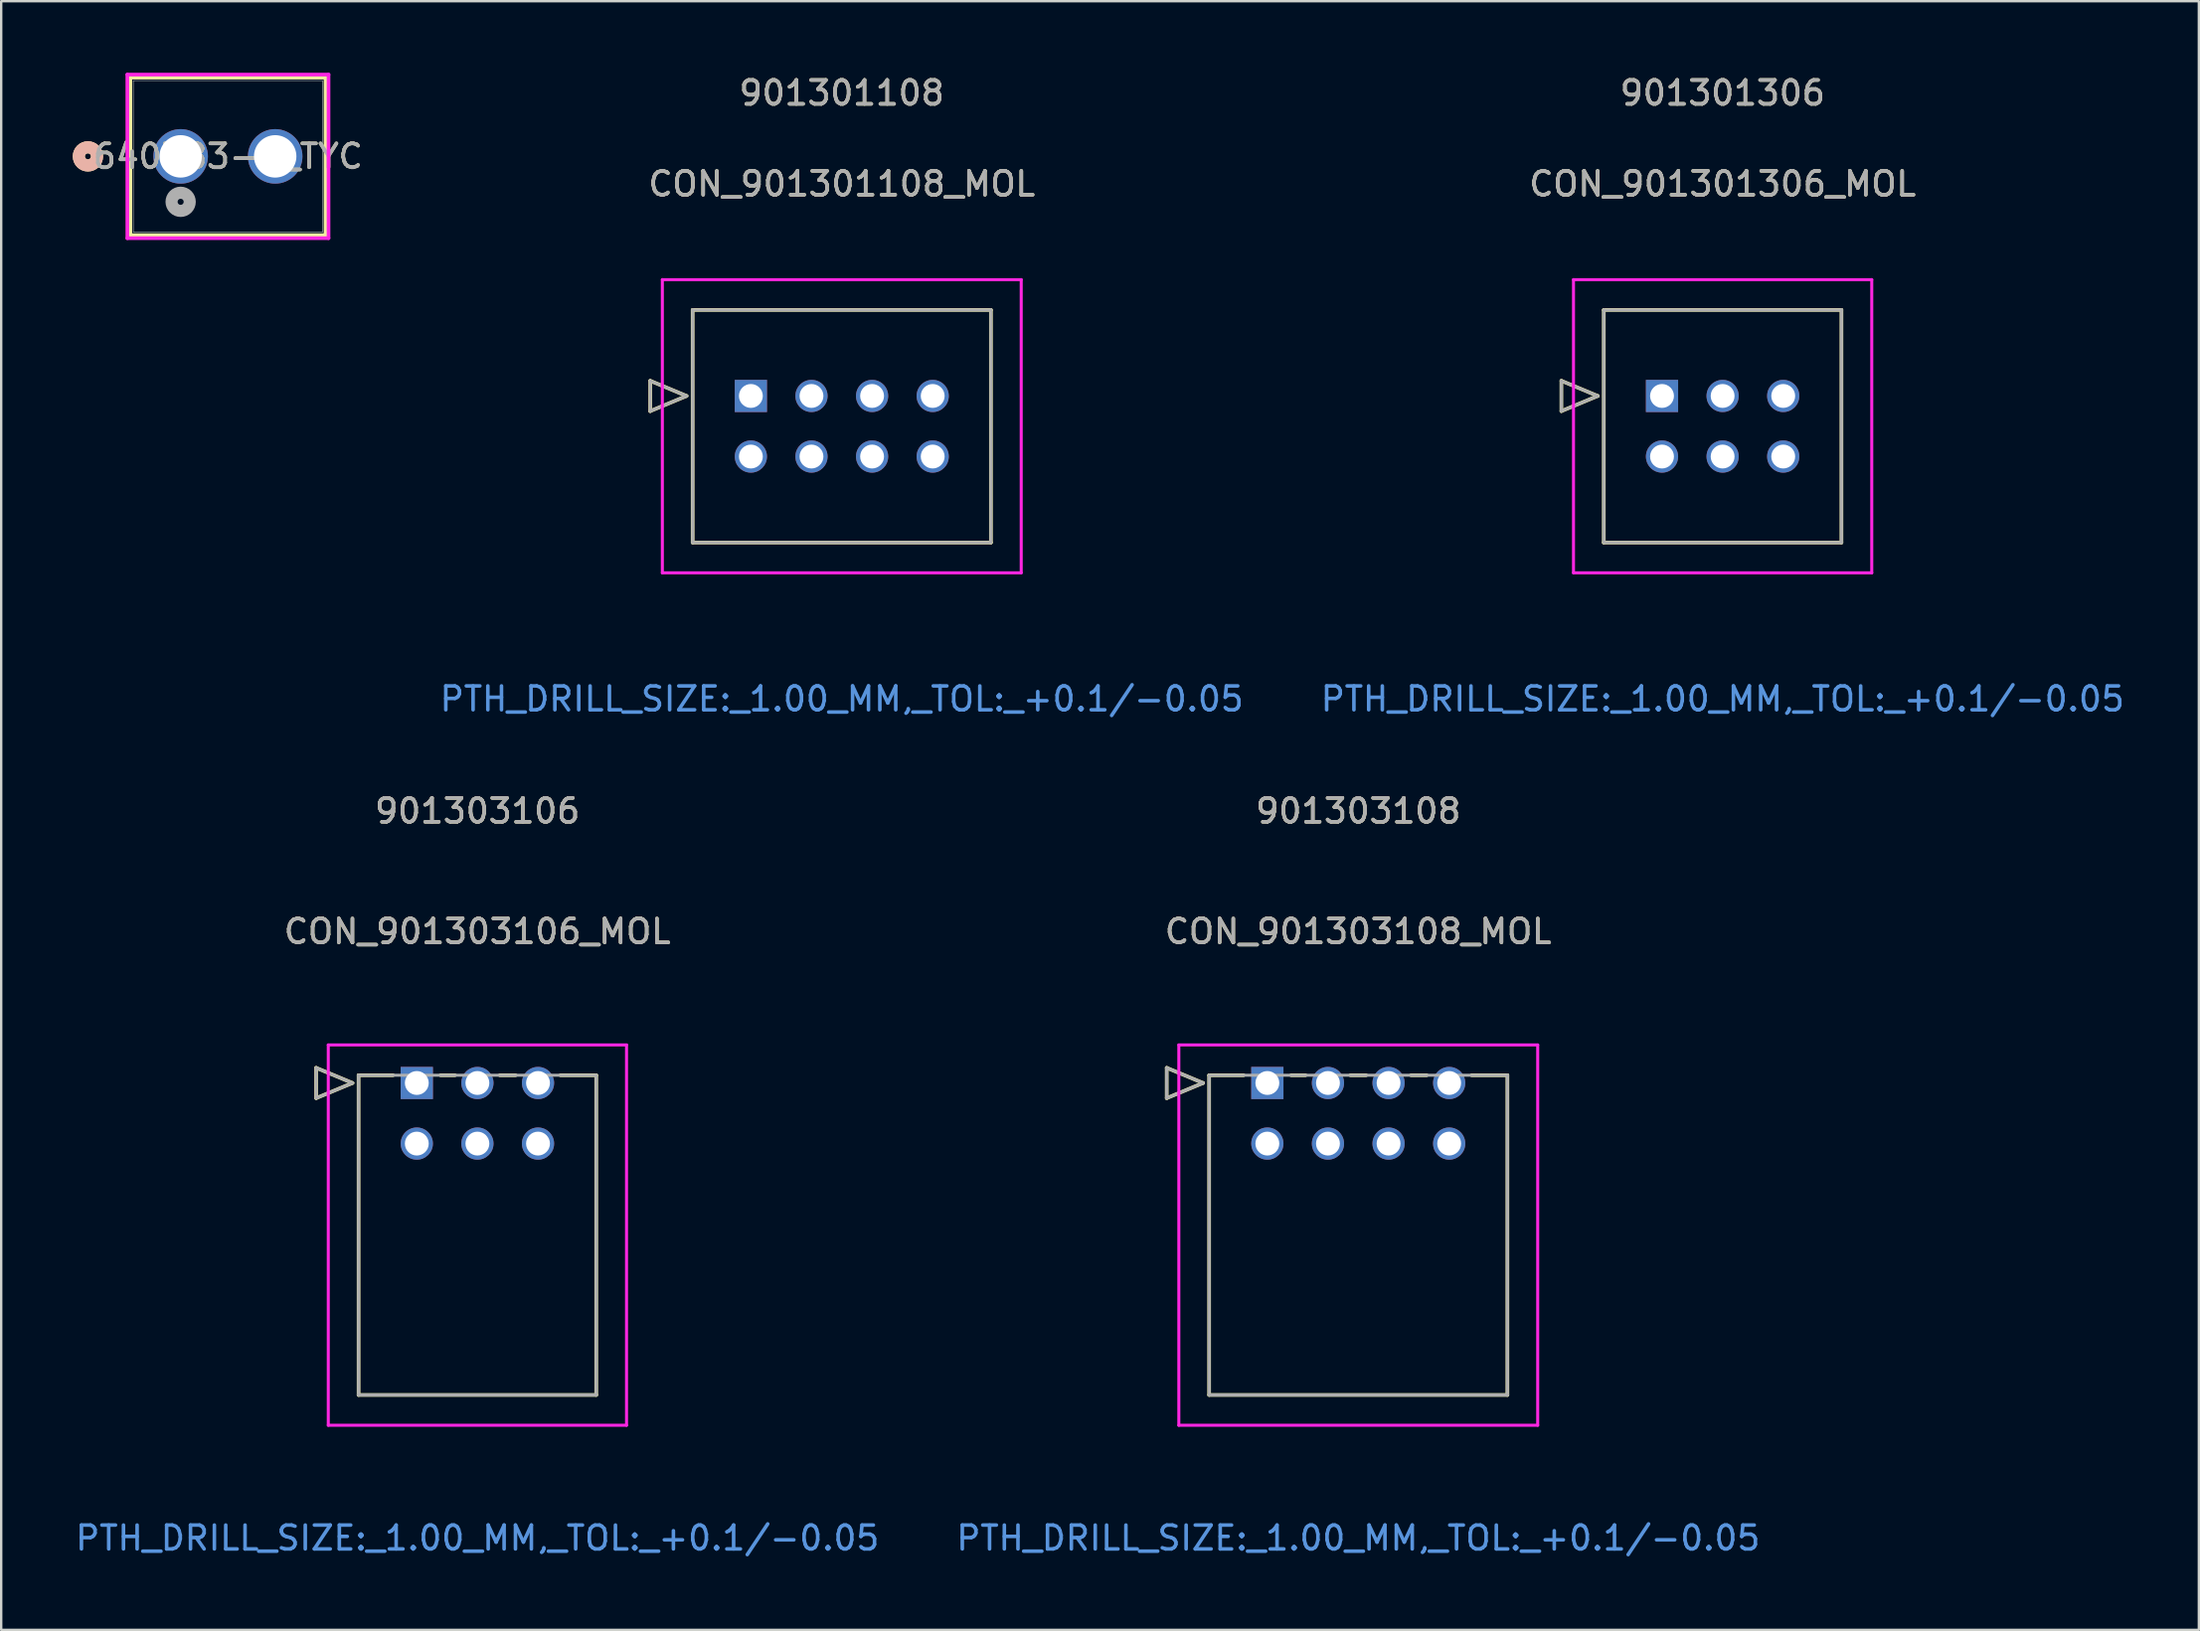
<source format=kicad_pcb>
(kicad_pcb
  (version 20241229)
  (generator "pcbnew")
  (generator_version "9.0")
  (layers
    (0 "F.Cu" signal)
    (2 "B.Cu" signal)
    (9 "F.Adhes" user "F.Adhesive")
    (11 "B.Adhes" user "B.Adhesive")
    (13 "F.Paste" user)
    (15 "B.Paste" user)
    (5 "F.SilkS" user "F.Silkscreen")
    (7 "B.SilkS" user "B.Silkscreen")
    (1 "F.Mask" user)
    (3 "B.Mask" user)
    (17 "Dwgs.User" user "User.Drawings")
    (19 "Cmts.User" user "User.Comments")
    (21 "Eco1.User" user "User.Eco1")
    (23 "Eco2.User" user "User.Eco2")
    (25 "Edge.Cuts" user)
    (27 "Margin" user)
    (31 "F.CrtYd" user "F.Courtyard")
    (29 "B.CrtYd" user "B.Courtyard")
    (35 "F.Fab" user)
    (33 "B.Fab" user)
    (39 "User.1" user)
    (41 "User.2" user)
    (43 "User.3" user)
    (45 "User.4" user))
  (footprint "CON_901301108_MOL"
    (layer "F.Cu")
    (at 28.419 13.548)
    (property "Reference" "CON_901301108_MOL" (at 3.81 -8.89 0) (unlocked yes) (layer "F.SilkS") (effects (font (size 1 1) (thickness 0.15))))
    (attr through_hole)
    (fp_line (start -4.218 -0.635) (end -4.218 0.635) (stroke (width 0.152) (type solid)) (layer "F.SilkS"))
    (fp_line (start -4.218 0.635) (end -2.694 0) (stroke (width 0.152) (type solid)) (layer "F.SilkS"))
    (fp_line (start -2.694 0) (end -4.218 -0.635) (stroke (width 0.152) (type solid)) (layer "F.SilkS"))
    (fp_line (start -2.44 -3.605) (end -2.44 6.145) (stroke (width 0.152) (type solid)) (layer "F.SilkS"))
    (fp_line (start -2.44 6.145) (end 10.06 6.145) (stroke (width 0.152) (type solid)) (layer "F.SilkS"))
    (fp_line (start 10.06 -3.605) (end -2.44 -3.605) (stroke (width 0.152) (type solid)) (layer "F.SilkS"))
    (fp_line (start 10.06 6.145) (end 10.06 -3.605) (stroke (width 0.152) (type solid)) (layer "F.SilkS"))
    (fp_line (start -3.71 -4.875) (end -3.71 7.415) (stroke (width 0.127) (type solid)) (layer "F.CrtYd"))
    (fp_line (start -3.71 7.415) (end 11.33 7.415) (stroke (width 0.127) (type solid)) (layer "F.CrtYd"))
    (fp_line (start 11.33 -4.875) (end -3.71 -4.875) (stroke (width 0.127) (type solid)) (layer "F.CrtYd"))
    (fp_line (start 11.33 7.415) (end 11.33 -4.875) (stroke (width 0.127) (type solid)) (layer "F.CrtYd"))
    (fp_line (start -4.218 -0.635) (end -4.218 0.635) (stroke (width 0.127) (type solid)) (layer "F.Fab"))
    (fp_line (start -4.218 0.635) (end -2.694 0) (stroke (width 0.127) (type solid)) (layer "F.Fab"))
    (fp_line (start -2.694 0) (end -4.218 -0.635) (stroke (width 0.127) (type solid)) (layer "F.Fab"))
    (fp_line (start -2.44 -3.605) (end -2.44 6.145) (stroke (width 0.127) (type solid)) (layer "F.Fab"))
    (fp_line (start -2.44 6.145) (end 10.06 6.145) (stroke (width 0.127) (type solid)) (layer "F.Fab"))
    (fp_line (start 10.06 -3.605) (end -2.44 -3.605) (stroke (width 0.127) (type solid)) (layer "F.Fab"))
    (fp_line (start 10.06 6.145) (end 10.06 -3.605) (stroke (width 0.127) (type solid)) (layer "F.Fab"))
    (fp_text user "901301108" (at 3.81 -12.7 0) (unlocked yes) (layer "F.SilkS") (effects (font (size 1 1) (thickness 0.15))))
    (fp_text user "PTH_DRILL_SIZE:_1.00_MM,_TOL:_+0.1/-0.05" (at 3.81 12.7 0) (unlocked yes) (layer "Cmts.User") (effects (font (size 1 1) (thickness 0.15))))
    (fp_text user "${REFERENCE}" (at 3.81 -8.89 0) (unlocked yes) (layer "F.Fab") (effects (font (size 1 1) (thickness 0.15))))
    (fp_text user "901301108" (at 3.81 -12.7 0) (unlocked yes) (layer "F.Fab") (effects (font (size 1 1) (thickness 0.15))))
    (pad "1" thru_hole rect (at 0 0) (size 1.35 1.35) (drill 1) (layers "*.Cu" "*.Mask"))
    (pad "2" thru_hole circle (at 0 2.54) (size 1.35 1.35) (drill 1) (layers "*.Cu" "*.Mask"))
    (pad "3" thru_hole circle (at 2.54 0 90) (size 1.35 1.35) (drill 1) (layers "*.Cu" "*.Mask"))
    (pad "4" thru_hole circle (at 2.54 2.54 90) (size 1.35 1.35) (drill 1) (layers "*.Cu" "*.Mask"))
    (pad "5" thru_hole circle (at 5.08 0 90) (size 1.35 1.35) (drill 1) (layers "*.Cu" "*.Mask"))
    (pad "6" thru_hole circle (at 5.08 2.54 90) (size 1.35 1.35) (drill 1) (layers "*.Cu" "*.Mask"))
    (pad "7" thru_hole circle (at 7.62 0 90) (size 1.35 1.35) (drill 1) (layers "*.Cu" "*.Mask"))
    (pad "8" thru_hole circle (at 7.62 2.54 90) (size 1.35 1.35) (drill 1) (layers "*.Cu" "*.Mask")))
  (footprint "CON_901303108_MOL"
    (layer "F.Cu")
    (at 50.065 42.348)
    (property "Reference" "CON_901303108_MOL" (at 3.81 -6.35 0) (unlocked yes) (layer "F.SilkS") (effects (font (size 1 1) (thickness 0.15))))
    (attr through_hole)
    (fp_line (start -4.218 -0.635) (end -4.218 0.635) (stroke (width 0.152) (type solid)) (layer "F.SilkS"))
    (fp_line (start -4.218 0.635) (end -2.694 0) (stroke (width 0.152) (type solid)) (layer "F.SilkS"))
    (fp_line (start -2.694 0) (end -4.218 -0.635) (stroke (width 0.152) (type solid)) (layer "F.SilkS"))
    (fp_line (start -2.44 -0.325) (end -2.44 13.078) (stroke (width 0.152) (type solid)) (layer "F.SilkS"))
    (fp_line (start -2.44 13.078) (end 10.06 13.078) (stroke (width 0.152) (type solid)) (layer "F.SilkS"))
    (fp_line (start -0.995 -0.325) (end -2.44 -0.325) (stroke (width 0.152) (type solid)) (layer "F.SilkS"))
    (fp_line (start 1.6 -0.325) (end 0.995 -0.325) (stroke (width 0.152) (type solid)) (layer "F.SilkS"))
    (fp_line (start 4.14 -0.325) (end 3.48 -0.325) (stroke (width 0.152) (type solid)) (layer "F.SilkS"))
    (fp_line (start 6.68 -0.325) (end 6.02 -0.325) (stroke (width 0.152) (type solid)) (layer "F.SilkS"))
    (fp_line (start 10.06 -0.325) (end 8.56 -0.325) (stroke (width 0.152) (type solid)) (layer "F.SilkS"))
    (fp_line (start 10.06 13.078) (end 10.06 -0.325) (stroke (width 0.152) (type solid)) (layer "F.SilkS"))
    (fp_line (start -3.71 -1.595) (end -3.71 14.348) (stroke (width 0.127) (type solid)) (layer "F.CrtYd"))
    (fp_line (start -3.71 14.348) (end 11.33 14.348) (stroke (width 0.127) (type solid)) (layer "F.CrtYd"))
    (fp_line (start 11.33 -1.595) (end -3.71 -1.595) (stroke (width 0.127) (type solid)) (layer "F.CrtYd"))
    (fp_line (start 11.33 14.348) (end 11.33 -1.595) (stroke (width 0.127) (type solid)) (layer "F.CrtYd"))
    (fp_line (start -4.218 -0.635) (end -4.218 0.635) (stroke (width 0.127) (type solid)) (layer "F.Fab"))
    (fp_line (start -4.218 0.635) (end -2.694 0) (stroke (width 0.127) (type solid)) (layer "F.Fab"))
    (fp_line (start -2.694 0) (end -4.218 -0.635) (stroke (width 0.127) (type solid)) (layer "F.Fab"))
    (fp_line (start -2.44 -0.325) (end -2.44 13.078) (stroke (width 0.127) (type solid)) (layer "F.Fab"))
    (fp_line (start -2.44 13.078) (end 10.06 13.078) (stroke (width 0.127) (type solid)) (layer "F.Fab"))
    (fp_line (start 10.06 -0.325) (end -2.44 -0.325) (stroke (width 0.127) (type solid)) (layer "F.Fab"))
    (fp_line (start 10.06 13.078) (end 10.06 -0.325) (stroke (width 0.127) (type solid)) (layer "F.Fab"))
    (fp_text user "901303108" (at 3.81 -11.403 0) (unlocked yes) (layer "F.SilkS") (effects (font (size 1 1) (thickness 0.15))))
    (fp_text user "PTH_DRILL_SIZE:_1.00_MM,_TOL:_+0.1/-0.05" (at 3.81 19.076 0) (unlocked yes) (layer "Cmts.User") (effects (font (size 1 1) (thickness 0.15))))
    (fp_text user "${REFERENCE}" (at 3.81 -6.35 0) (unlocked yes) (layer "F.Fab") (effects (font (size 1 1) (thickness 0.15))))
    (fp_text user "901303108" (at 3.81 -11.403 0) (unlocked yes) (layer "F.Fab") (effects (font (size 1 1) (thickness 0.15))))
    (pad "1" thru_hole rect (at 0 0) (size 1.35 1.35) (drill 1) (layers "*.Cu" "*.Mask"))
    (pad "2" thru_hole circle (at 0 2.54) (size 1.35 1.35) (drill 1) (layers "*.Cu" "*.Mask"))
    (pad "3" thru_hole circle (at 2.54 0 90) (size 1.35 1.35) (drill 1) (layers "*.Cu" "*.Mask"))
    (pad "4" thru_hole circle (at 2.54 2.54 90) (size 1.35 1.35) (drill 1) (layers "*.Cu" "*.Mask"))
    (pad "5" thru_hole circle (at 5.08 0 90) (size 1.35 1.35) (drill 1) (layers "*.Cu" "*.Mask"))
    (pad "6" thru_hole circle (at 5.08 2.54 90) (size 1.35 1.35) (drill 1) (layers "*.Cu" "*.Mask"))
    (pad "7" thru_hole circle (at 7.62 0 90) (size 1.35 1.35) (drill 1) (layers "*.Cu" "*.Mask"))
    (pad "8" thru_hole circle (at 7.62 2.54 90) (size 1.35 1.35) (drill 1) (layers "*.Cu" "*.Mask")))
  (footprint "CON_901301306_MOL"
    (layer "F.Cu")
    (at 66.605 13.548)
    (property "Reference" "CON_901301306_MOL" (at 2.54 -8.89 0) (unlocked yes) (layer "F.SilkS") (effects (font (size 1 1) (thickness 0.15))))
    (attr through_hole)
    (fp_line (start -4.218 -0.635) (end -4.218 0.635) (stroke (width 0.152) (type solid)) (layer "F.SilkS"))
    (fp_line (start -4.218 0.635) (end -2.694 0) (stroke (width 0.152) (type solid)) (layer "F.SilkS"))
    (fp_line (start -2.694 0) (end -4.218 -0.635) (stroke (width 0.152) (type solid)) (layer "F.SilkS"))
    (fp_line (start -2.44 -3.605) (end -2.44 6.145) (stroke (width 0.152) (type solid)) (layer "F.SilkS"))
    (fp_line (start -2.44 6.145) (end 7.52 6.145) (stroke (width 0.152) (type solid)) (layer "F.SilkS"))
    (fp_line (start 7.52 -3.605) (end -2.44 -3.605) (stroke (width 0.152) (type solid)) (layer "F.SilkS"))
    (fp_line (start 7.52 6.145) (end 7.52 -3.605) (stroke (width 0.152) (type solid)) (layer "F.SilkS"))
    (fp_line (start -3.71 -4.875) (end -3.71 7.415) (stroke (width 0.127) (type solid)) (layer "F.CrtYd"))
    (fp_line (start -3.71 7.415) (end 8.79 7.415) (stroke (width 0.127) (type solid)) (layer "F.CrtYd"))
    (fp_line (start 8.79 -4.875) (end -3.71 -4.875) (stroke (width 0.127) (type solid)) (layer "F.CrtYd"))
    (fp_line (start 8.79 7.415) (end 8.79 -4.875) (stroke (width 0.127) (type solid)) (layer "F.CrtYd"))
    (fp_line (start -4.218 -0.635) (end -4.218 0.635) (stroke (width 0.127) (type solid)) (layer "F.Fab"))
    (fp_line (start -4.218 0.635) (end -2.694 0) (stroke (width 0.127) (type solid)) (layer "F.Fab"))
    (fp_line (start -2.694 0) (end -4.218 -0.635) (stroke (width 0.127) (type solid)) (layer "F.Fab"))
    (fp_line (start -2.44 -3.605) (end -2.44 6.145) (stroke (width 0.127) (type solid)) (layer "F.Fab"))
    (fp_line (start -2.44 6.145) (end 7.52 6.145) (stroke (width 0.127) (type solid)) (layer "F.Fab"))
    (fp_line (start 7.52 -3.605) (end -2.44 -3.605) (stroke (width 0.127) (type solid)) (layer "F.Fab"))
    (fp_line (start 7.52 6.145) (end 7.52 -3.605) (stroke (width 0.127) (type solid)) (layer "F.Fab"))
    (fp_text user "901301306" (at 2.54 -12.7 0) (unlocked yes) (layer "F.SilkS") (effects (font (size 1 1) (thickness 0.15))))
    (fp_text user "PTH_DRILL_SIZE:_1.00_MM,_TOL:_+0.1/-0.05" (at 2.54 12.7 0) (unlocked yes) (layer "Cmts.User") (effects (font (size 1 1) (thickness 0.15))))
    (fp_text user "901301306" (at 2.54 -12.7 0) (unlocked yes) (layer "F.Fab") (effects (font (size 1 1) (thickness 0.15))))
    (fp_text user "${REFERENCE}" (at 2.54 -8.89 0) (unlocked yes) (layer "F.Fab") (effects (font (size 1 1) (thickness 0.15))))
    (pad "1" thru_hole rect (at 0 0) (size 1.35 1.35) (drill 1) (layers "*.Cu" "*.Mask"))
    (pad "2" thru_hole circle (at 0 2.54) (size 1.35 1.35) (drill 1) (layers "*.Cu" "*.Mask"))
    (pad "3" thru_hole circle (at 2.54 0 90) (size 1.35 1.35) (drill 1) (layers "*.Cu" "*.Mask"))
    (pad "4" thru_hole circle (at 2.54 2.54 90) (size 1.35 1.35) (drill 1) (layers "*.Cu" "*.Mask"))
    (pad "5" thru_hole circle (at 5.08 0 90) (size 1.35 1.35) (drill 1) (layers "*.Cu" "*.Mask"))
    (pad "6" thru_hole circle (at 5.08 2.54 90) (size 1.35 1.35) (drill 1) (layers "*.Cu" "*.Mask")))
  (footprint "CON_901303106_MOL"
    (layer "F.Cu")
    (at 14.418 42.348)
    (property "Reference" "CON_901303106_MOL" (at 2.54 -6.35 0) (unlocked yes) (layer "F.SilkS") (effects (font (size 1 1) (thickness 0.15))))
    (attr through_hole)
    (fp_line (start -4.218 -0.635) (end -4.218 0.635) (stroke (width 0.152) (type solid)) (layer "F.SilkS"))
    (fp_line (start -4.218 0.635) (end -2.694 0) (stroke (width 0.152) (type solid)) (layer "F.SilkS"))
    (fp_line (start -2.694 0) (end -4.218 -0.635) (stroke (width 0.152) (type solid)) (layer "F.SilkS"))
    (fp_line (start -2.44 -0.325) (end -2.44 13.078) (stroke (width 0.152) (type solid)) (layer "F.SilkS"))
    (fp_line (start -2.44 13.078) (end 7.52 13.078) (stroke (width 0.152) (type solid)) (layer "F.SilkS"))
    (fp_line (start -0.995 -0.325) (end -2.44 -0.325) (stroke (width 0.152) (type solid)) (layer "F.SilkS"))
    (fp_line (start 1.6 -0.325) (end 0.995 -0.325) (stroke (width 0.152) (type solid)) (layer "F.SilkS"))
    (fp_line (start 4.14 -0.325) (end 3.48 -0.325) (stroke (width 0.152) (type solid)) (layer "F.SilkS"))
    (fp_line (start 7.52 -0.325) (end 6.02 -0.325) (stroke (width 0.152) (type solid)) (layer "F.SilkS"))
    (fp_line (start 7.52 13.078) (end 7.52 -0.325) (stroke (width 0.152) (type solid)) (layer "F.SilkS"))
    (fp_line (start -3.71 -1.595) (end -3.71 14.348) (stroke (width 0.127) (type solid)) (layer "F.CrtYd"))
    (fp_line (start -3.71 14.348) (end 8.79 14.348) (stroke (width 0.127) (type solid)) (layer "F.CrtYd"))
    (fp_line (start 8.79 -1.595) (end -3.71 -1.595) (stroke (width 0.127) (type solid)) (layer "F.CrtYd"))
    (fp_line (start 8.79 14.348) (end 8.79 -1.595) (stroke (width 0.127) (type solid)) (layer "F.CrtYd"))
    (fp_line (start -4.218 -0.635) (end -4.218 0.635) (stroke (width 0.127) (type solid)) (layer "F.Fab"))
    (fp_line (start -4.218 0.635) (end -2.694 0) (stroke (width 0.127) (type solid)) (layer "F.Fab"))
    (fp_line (start -2.694 0) (end -4.218 -0.635) (stroke (width 0.127) (type solid)) (layer "F.Fab"))
    (fp_line (start -2.44 -0.325) (end -2.44 13.078) (stroke (width 0.127) (type solid)) (layer "F.Fab"))
    (fp_line (start -2.44 13.078) (end 7.52 13.078) (stroke (width 0.127) (type solid)) (layer "F.Fab"))
    (fp_line (start 7.52 -0.325) (end -2.44 -0.325) (stroke (width 0.127) (type solid)) (layer "F.Fab"))
    (fp_line (start 7.52 13.078) (end 7.52 -0.325) (stroke (width 0.127) (type solid)) (layer "F.Fab"))
    (fp_text user "901303106" (at 2.54 -11.403 0) (unlocked yes) (layer "F.SilkS") (effects (font (size 1 1) (thickness 0.15))))
    (fp_text user "PTH_DRILL_SIZE:_1.00_MM,_TOL:_+0.1/-0.05" (at 2.54 19.076 0) (unlocked yes) (layer "Cmts.User") (effects (font (size 1 1) (thickness 0.15))))
    (fp_text user "${REFERENCE}" (at 2.54 -6.35 0) (unlocked yes) (layer "F.Fab") (effects (font (size 1 1) (thickness 0.15))))
    (fp_text user "901303106" (at 2.54 -11.403 0) (unlocked yes) (layer "F.Fab") (effects (font (size 1 1) (thickness 0.15))))
    (pad "1" thru_hole rect (at 0 0) (size 1.35 1.35) (drill 1) (layers "*.Cu" "*.Mask"))
    (pad "2" thru_hole circle (at 0 2.54) (size 1.35 1.35) (drill 1) (layers "*.Cu" "*.Mask"))
    (pad "3" thru_hole circle (at 2.54 0 90) (size 1.35 1.35) (drill 1) (layers "*.Cu" "*.Mask"))
    (pad "4" thru_hole circle (at 2.54 2.54 90) (size 1.35 1.35) (drill 1) (layers "*.Cu" "*.Mask"))
    (pad "5" thru_hole circle (at 5.08 0 90) (size 1.35 1.35) (drill 1) (layers "*.Cu" "*.Mask"))
    (pad "6" thru_hole circle (at 5.08 2.54 90) (size 1.35 1.35) (drill 1) (layers "*.Cu" "*.Mask")))
  (footprint "640383-2_TYC"
    (layer "F.Cu")
    (at 4.521 3.505)
    (property "Reference" "640383-2_TYC" (at 1.981 0 0) (unlocked yes) (layer "F.SilkS") (effects (font (size 1 1) (thickness 0.15))))
    (attr through_hole)
    (fp_line (start -2.108 -3.302) (end -2.108 3.302) (stroke (width 0.152) (type solid)) (layer "F.SilkS"))
    (fp_line (start -2.108 3.302) (end 6.071 3.302) (stroke (width 0.152) (type solid)) (layer "F.SilkS"))
    (fp_line (start 6.071 -3.302) (end -2.108 -3.302) (stroke (width 0.152) (type solid)) (layer "F.SilkS"))
    (fp_line (start 6.071 3.302) (end 6.071 -3.302) (stroke (width 0.152) (type solid)) (layer "F.SilkS"))
    (fp_circle (center -3.886 0) (end -3.505 0) (stroke (width 0.508) (type solid)) (fill no) (layer "F.SilkS"))
    (fp_circle (center -3.886 0) (end -3.505 0) (stroke (width 0.508) (type solid)) (fill no) (layer "B.SilkS"))
    (fp_line (start -2.235 -3.429) (end -2.235 3.429) (stroke (width 0.152) (type solid)) (layer "F.CrtYd"))
    (fp_line (start -2.235 3.429) (end 6.198 3.429) (stroke (width 0.152) (type solid)) (layer "F.CrtYd"))
    (fp_line (start 6.198 -3.429) (end -2.235 -3.429) (stroke (width 0.152) (type solid)) (layer "F.CrtYd"))
    (fp_line (start 6.198 3.429) (end 6.198 -3.429) (stroke (width 0.152) (type solid)) (layer "F.CrtYd"))
    (fp_line (start -1.981 -3.175) (end -1.981 3.175) (stroke (width 0.025) (type solid)) (layer "F.Fab"))
    (fp_line (start -1.981 3.175) (end 5.944 3.175) (stroke (width 0.025) (type solid)) (layer "F.Fab"))
    (fp_line (start 5.944 -3.175) (end -1.981 -3.175) (stroke (width 0.025) (type solid)) (layer "F.Fab"))
    (fp_line (start 5.944 3.175) (end 5.944 -3.175) (stroke (width 0.025) (type solid)) (layer "F.Fab"))
    (fp_circle (center 0 1.905) (end 0.381 1.905) (stroke (width 0.508) (type solid)) (fill no) (layer "F.Fab"))
    (fp_text user "${REFERENCE}" (at 1.981 0 0) (unlocked yes) (layer "F.Fab") (effects (font (size 1 1) (thickness 0.15))))
    (pad "1" thru_hole circle (at 0 0) (size 2.286 2.286) (drill 1.778) (layers "*.Cu" "*.Mask"))
    (pad "2" thru_hole circle (at 3.962 0) (size 2.286 2.286) (drill 1.778) (layers "*.Cu" "*.Mask")))
  (gr_rect
    (start -3 -3)
    (end 89.104 65.273)
    (stroke (width 0.1) (type default))
    (fill no)
    (layer "Edge.Cuts")))
</source>
